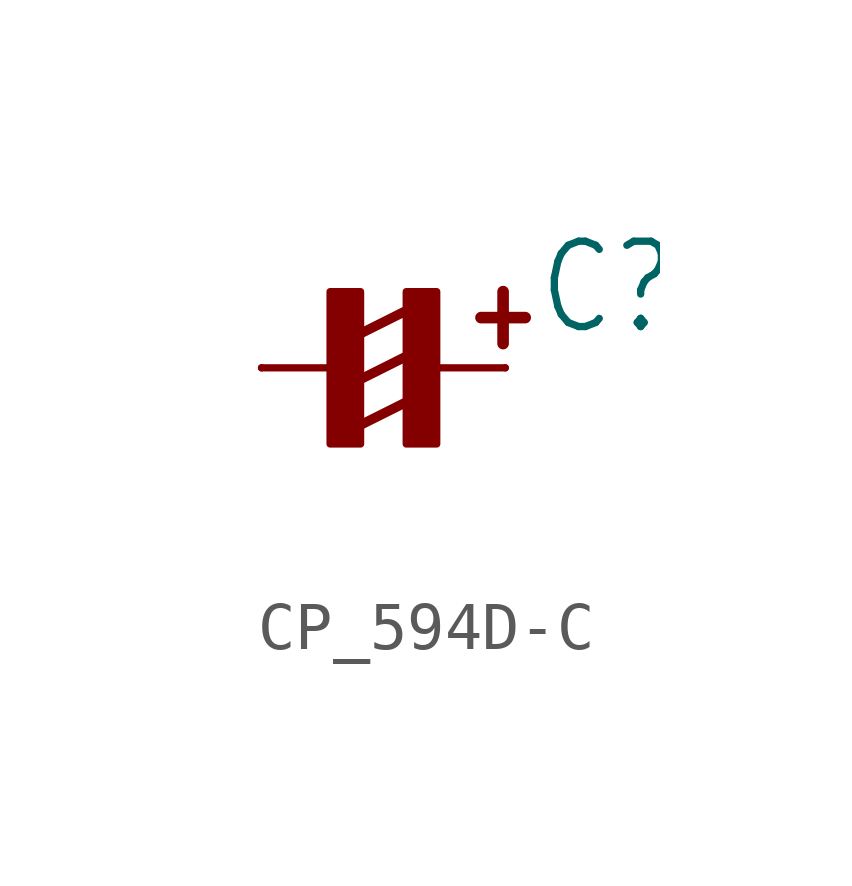
<source format=kicad_sym>
(kicad_symbol_lib
  (version 20231120)
  (generator "kicad_symbol_editor")
  (generator_version "8.0")
  (symbol "CP_594D-C"
    (property "Reference" "C"
      (at 3.175 0.635 0)
      (effects (font (size 1.778 1.511)) (justify left bottom)))
    (property "Value" ""
      (at -3.175 -3.81 0)
      (effects (font (size 1.778 1.511)) (justify left bottom)))
    (property "ki_locked" ""
      (at 0 0 0)
      (effects (font (size 1.27 1.27))))
    (symbol "CP_594D-C_1_0"
      (rectangle (start -1.111 -1.587) (end -0.476 1.587) (stroke (width 0) (type default)) (fill (type outline)))
      (polyline (pts (xy -0.857 0) (xy -2.54 0)) (stroke (width 0.152) (type solid)) (fill (type none)))
      (polyline (pts (xy -0.635 -1.27) (xy 0.635 -0.635)) (stroke (width 0.203) (type solid)) (fill (type none)))
      (polyline (pts (xy -0.635 -0.318) (xy 0.635 0.318)) (stroke (width 0.203) (type solid)) (fill (type none)))
      (polyline (pts (xy -0.635 0.635) (xy 0.635 1.27)) (stroke (width 0.203) (type solid)) (fill (type none)))
      (polyline (pts (xy 0.794 0) (xy 2.54 0)) (stroke (width 0.152) (type solid)) (fill (type none)))
      (rectangle (start 0.476 -1.587) (end 1.111 1.587) (stroke (width 0) (type default)) (fill (type outline)))
      (text "+" (at 1.587 0.318 0) (effects (font (size 1.422 1.209) (thickness 0.242) (bold yes)) (justify left bottom)))
      (pin passive line (at 2.54 0 180) (length 0) (name "+" (effects (font (size 0 0)))) (number "+" (effects (font (size 0 0)))))
      (pin passive line (at -2.54 0 0) (length 0) (name "-" (effects (font (size 0 0)))) (number "-" (effects (font (size 0 0))))))))
</source>
